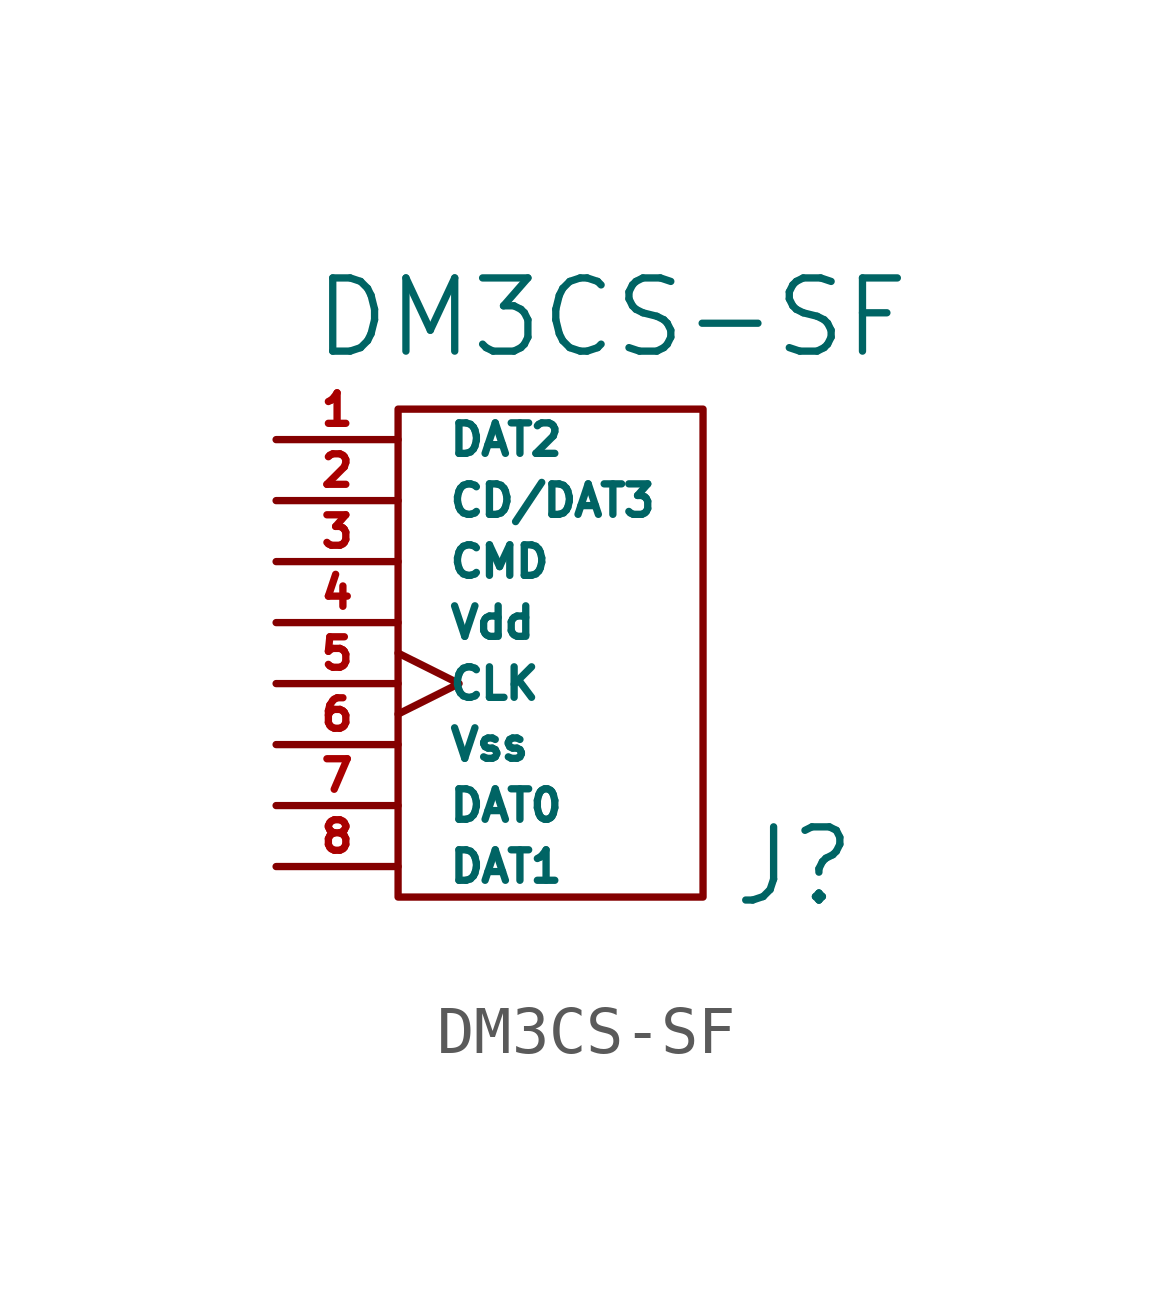
<source format=kicad_sym>
(kicad_symbol_lib
  (version 20220914)
  (generator kicad_symbol_editor)
  (symbol "DM3CS-SF"
    (pin_names
      (offset 1.016))
    (property "Reference" "J"
      (at 5.08 -4.445 0)
      (effects (font (size 1.524 1.524))))
    (property "Value" "DM3CS-SF"
      (at 1.27 6.985 0)
      (effects (font (size 1.524 1.524))))
    (symbol "DM3CS-SF_0_1"
      (rectangle (start -3.175 5.08) (end 3.175 -5.08) (stroke (width 0) (type solid)) (fill (type none))))
    (symbol "DM3CS-SF_1_1"
      (pin bidirectional line (at -5.715 4.445 0) (length 2.54) (name "DAT2" (effects (font (size 0.635 0.635)))) (number "1" (effects (font (size 0.635 0.635)))))
      (pin bidirectional line (at -5.715 3.175 0) (length 2.54) (name "CD/DAT3" (effects (font (size 0.635 0.635)))) (number "2" (effects (font (size 0.635 0.635)))))
      (pin bidirectional line (at -5.715 1.905 0) (length 2.54) (name "CMD" (effects (font (size 0.635 0.635)))) (number "3" (effects (font (size 0.635 0.635)))))
      (pin power_in line (at -5.715 0.635 0) (length 2.54) (name "Vdd" (effects (font (size 0.635 0.635)))) (number "4" (effects (font (size 0.635 0.635)))))
      (pin input clock (at -5.715 -0.635 0) (length 2.54) (name "CLK" (effects (font (size 0.635 0.635)))) (number "5" (effects (font (size 0.635 0.635)))))
      (pin power_in line (at -5.715 -1.905 0) (length 2.54) (name "Vss" (effects (font (size 0.635 0.635)))) (number "6" (effects (font (size 0.635 0.635)))))
      (pin bidirectional line (at -5.715 -3.175 0) (length 2.54) (name "DAT0" (effects (font (size 0.635 0.635)))) (number "7" (effects (font (size 0.635 0.635)))))
      (pin bidirectional line (at -5.715 -4.445 0) (length 2.54) (name "DAT1" (effects (font (size 0.635 0.635)))) (number "8" (effects (font (size 0.635 0.635))))))))
</source>
